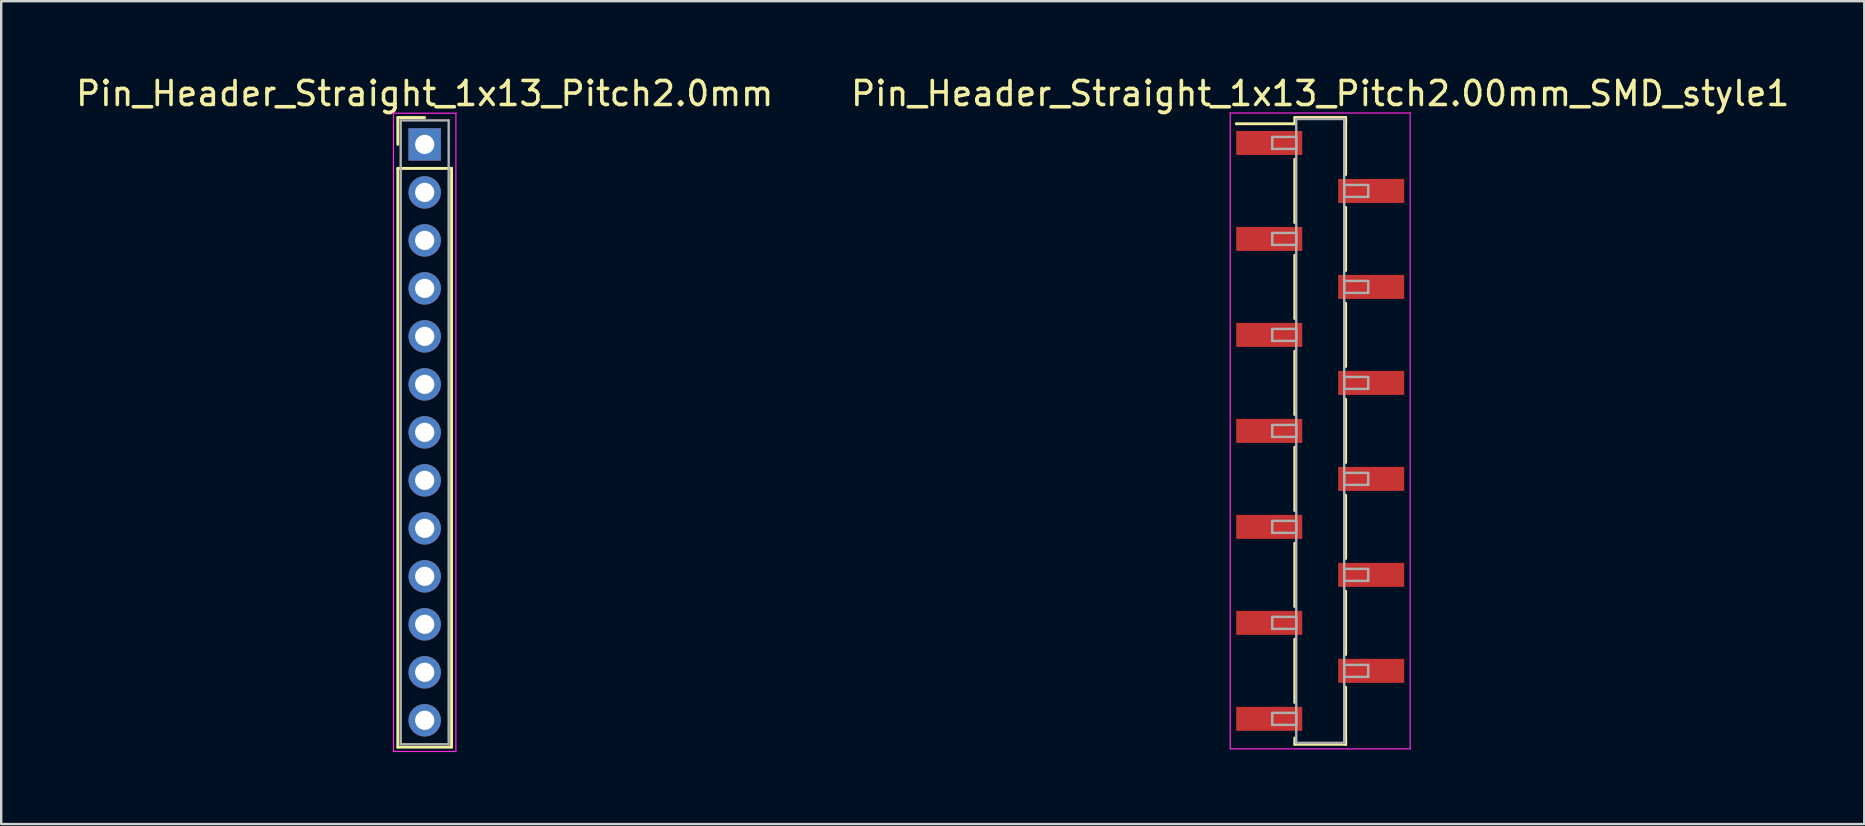
<source format=kicad_pcb>
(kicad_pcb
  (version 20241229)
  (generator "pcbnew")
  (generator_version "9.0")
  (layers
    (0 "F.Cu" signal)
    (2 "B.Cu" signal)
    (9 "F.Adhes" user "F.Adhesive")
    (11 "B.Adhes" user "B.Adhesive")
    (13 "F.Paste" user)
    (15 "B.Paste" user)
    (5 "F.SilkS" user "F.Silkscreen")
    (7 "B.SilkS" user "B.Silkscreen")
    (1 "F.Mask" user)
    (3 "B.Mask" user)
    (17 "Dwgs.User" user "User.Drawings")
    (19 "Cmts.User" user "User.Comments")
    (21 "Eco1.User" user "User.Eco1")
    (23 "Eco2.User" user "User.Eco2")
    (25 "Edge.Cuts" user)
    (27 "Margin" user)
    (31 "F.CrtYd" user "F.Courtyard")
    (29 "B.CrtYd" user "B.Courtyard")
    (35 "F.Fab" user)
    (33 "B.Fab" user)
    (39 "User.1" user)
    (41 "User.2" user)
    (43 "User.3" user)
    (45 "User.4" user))
  (footprint "Pin_Header_Straight_1x13_Pitch2.0mm"
    (layer "F.Cu")
    (at 14.649 2.968)
    (property "Reference" "Pin_Header_Straight_1x13_Pitch2.0mm" (at 0 -2.12 0) (layer "F.SilkS") (effects (font (size 1 1) (thickness 0.15))))
    (attr through_hole)
    (fp_line (start -1.12 -1.12) (end 0 -1.12) (stroke (width 0.12) (type solid)) (layer "F.SilkS"))
    (fp_line (start -1.12 0) (end -1.12 -1.12) (stroke (width 0.12) (type solid)) (layer "F.SilkS"))
    (fp_line (start -1.12 1) (end -1.12 25.12) (stroke (width 0.12) (type solid)) (layer "F.SilkS"))
    (fp_line (start -1.12 25.12) (end 1.12 25.12) (stroke (width 0.12) (type solid)) (layer "F.SilkS"))
    (fp_line (start 1.12 1) (end -1.12 1) (stroke (width 0.12) (type solid)) (layer "F.SilkS"))
    (fp_line (start 1.12 25.12) (end 1.12 1) (stroke (width 0.12) (type solid)) (layer "F.SilkS"))
    (fp_line (start -1.3 -1.3) (end -1.3 25.3) (stroke (width 0.05) (type solid)) (layer "F.CrtYd"))
    (fp_line (start -1.3 25.3) (end 1.3 25.3) (stroke (width 0.05) (type solid)) (layer "F.CrtYd"))
    (fp_line (start 1.3 -1.3) (end -1.3 -1.3) (stroke (width 0.05) (type solid)) (layer "F.CrtYd"))
    (fp_line (start 1.3 25.3) (end 1.3 -1.3) (stroke (width 0.05) (type solid)) (layer "F.CrtYd"))
    (fp_line (start -1 -1) (end -1 25) (stroke (width 0.1) (type solid)) (layer "F.Fab"))
    (fp_line (start -1 25) (end 1 25) (stroke (width 0.1) (type solid)) (layer "F.Fab"))
    (fp_line (start 1 -1) (end -1 -1) (stroke (width 0.1) (type solid)) (layer "F.Fab"))
    (fp_line (start 1 25) (end 1 -1) (stroke (width 0.1) (type solid)) (layer "F.Fab"))
    (pad "1" thru_hole rect (at 0 0) (size 1.35 1.35) (drill 0.8) (layers "*.Cu" "*.Mask"))
    (pad "2" thru_hole oval (at 0 2) (size 1.35 1.35) (drill 0.8) (layers "*.Cu" "*.Mask"))
    (pad "3" thru_hole oval (at 0 4) (size 1.35 1.35) (drill 0.8) (layers "*.Cu" "*.Mask"))
    (pad "4" thru_hole oval (at 0 6) (size 1.35 1.35) (drill 0.8) (layers "*.Cu" "*.Mask"))
    (pad "5" thru_hole oval (at 0 8) (size 1.35 1.35) (drill 0.8) (layers "*.Cu" "*.Mask"))
    (pad "6" thru_hole oval (at 0 10) (size 1.35 1.35) (drill 0.8) (layers "*.Cu" "*.Mask"))
    (pad "7" thru_hole oval (at 0 12) (size 1.35 1.35) (drill 0.8) (layers "*.Cu" "*.Mask"))
    (pad "8" thru_hole oval (at 0 14) (size 1.35 1.35) (drill 0.8) (layers "*.Cu" "*.Mask"))
    (pad "9" thru_hole oval (at 0 16) (size 1.35 1.35) (drill 0.8) (layers "*.Cu" "*.Mask"))
    (pad "10" thru_hole oval (at 0 18) (size 1.35 1.35) (drill 0.8) (layers "*.Cu" "*.Mask"))
    (pad "11" thru_hole oval (at 0 20) (size 1.35 1.35) (drill 0.8) (layers "*.Cu" "*.Mask"))
    (pad "12" thru_hole oval (at 0 22) (size 1.35 1.35) (drill 0.8) (layers "*.Cu" "*.Mask"))
    (pad "13" thru_hole oval (at 0 24) (size 1.35 1.35) (drill 0.8) (layers "*.Cu" "*.Mask")))
  (footprint "Pin_Header_Straight_1x13_Pitch2.00mm_SMD_style1"
    (layer "F.Cu")
    (at 51.97 14.908)
    (property "Reference" "Pin_Header_Straight_1x13_Pitch2.00mm_SMD_style1" (at 0 -14.06 0) (layer "F.SilkS") (effects (font (size 1 1) (thickness 0.15))))
    (attr smd)
    (fp_line (start -1.06 -13.06) (end 1.06 -13.06) (stroke (width 0.12) (type solid)) (layer "F.SilkS"))
    (fp_line (start -1.06 -12.8) (end -3.5 -12.8) (stroke (width 0.12) (type solid)) (layer "F.SilkS"))
    (fp_line (start -1.06 -12.8) (end -1.06 -13.06) (stroke (width 0.12) (type solid)) (layer "F.SilkS"))
    (fp_line (start -1.06 -11.32) (end -1.06 -8.68) (stroke (width 0.12) (type solid)) (layer "F.SilkS"))
    (fp_line (start -1.06 -7.32) (end -1.06 -4.68) (stroke (width 0.12) (type solid)) (layer "F.SilkS"))
    (fp_line (start -1.06 -3.32) (end -1.06 -0.68) (stroke (width 0.12) (type solid)) (layer "F.SilkS"))
    (fp_line (start -1.06 0.68) (end -1.06 3.32) (stroke (width 0.12) (type solid)) (layer "F.SilkS"))
    (fp_line (start -1.06 4.68) (end -1.06 7.32) (stroke (width 0.12) (type solid)) (layer "F.SilkS"))
    (fp_line (start -1.06 8.68) (end -1.06 11.32) (stroke (width 0.12) (type solid)) (layer "F.SilkS"))
    (fp_line (start -1.06 12.8) (end -1.06 13.06) (stroke (width 0.12) (type solid)) (layer "F.SilkS"))
    (fp_line (start -1.06 13.06) (end 1.06 13.06) (stroke (width 0.12) (type solid)) (layer "F.SilkS"))
    (fp_line (start 1.06 -13.06) (end 1.06 -12.8) (stroke (width 0.12) (type solid)) (layer "F.SilkS"))
    (fp_line (start 1.06 -13.06) (end 1.06 -10.68) (stroke (width 0.12) (type solid)) (layer "F.SilkS"))
    (fp_line (start 1.06 -9.32) (end 1.06 -6.68) (stroke (width 0.12) (type solid)) (layer "F.SilkS"))
    (fp_line (start 1.06 -5.32) (end 1.06 -2.68) (stroke (width 0.12) (type solid)) (layer "F.SilkS"))
    (fp_line (start 1.06 -1.32) (end 1.06 1.32) (stroke (width 0.12) (type solid)) (layer "F.SilkS"))
    (fp_line (start 1.06 2.68) (end 1.06 5.32) (stroke (width 0.12) (type solid)) (layer "F.SilkS"))
    (fp_line (start 1.06 6.68) (end 1.06 9.32) (stroke (width 0.12) (type solid)) (layer "F.SilkS"))
    (fp_line (start 1.06 10.68) (end 1.06 13.06) (stroke (width 0.12) (type solid)) (layer "F.SilkS"))
    (fp_line (start 1.06 13.06) (end 1.06 12.8) (stroke (width 0.12) (type solid)) (layer "F.SilkS"))
    (fp_line (start -3.75 -13.25) (end -3.75 13.25) (stroke (width 0.05) (type solid)) (layer "F.CrtYd"))
    (fp_line (start -3.75 13.25) (end 3.75 13.25) (stroke (width 0.05) (type solid)) (layer "F.CrtYd"))
    (fp_line (start 3.75 -13.25) (end -3.75 -13.25) (stroke (width 0.05) (type solid)) (layer "F.CrtYd"))
    (fp_line (start 3.75 13.25) (end 3.75 -13.25) (stroke (width 0.05) (type solid)) (layer "F.CrtYd"))
    (fp_line (start -2 -12.25) (end -1 -12.25) (stroke (width 0.1) (type solid)) (layer "F.Fab"))
    (fp_line (start -2 -11.75) (end -2 -12.25) (stroke (width 0.1) (type solid)) (layer "F.Fab"))
    (fp_line (start -2 -8.25) (end -1 -8.25) (stroke (width 0.1) (type solid)) (layer "F.Fab"))
    (fp_line (start -2 -7.75) (end -2 -8.25) (stroke (width 0.1) (type solid)) (layer "F.Fab"))
    (fp_line (start -2 -4.25) (end -1 -4.25) (stroke (width 0.1) (type solid)) (layer "F.Fab"))
    (fp_line (start -2 -3.75) (end -2 -4.25) (stroke (width 0.1) (type solid)) (layer "F.Fab"))
    (fp_line (start -2 -0.25) (end -1 -0.25) (stroke (width 0.1) (type solid)) (layer "F.Fab"))
    (fp_line (start -2 0.25) (end -2 -0.25) (stroke (width 0.1) (type solid)) (layer "F.Fab"))
    (fp_line (start -2 3.75) (end -1 3.75) (stroke (width 0.1) (type solid)) (layer "F.Fab"))
    (fp_line (start -2 4.25) (end -2 3.75) (stroke (width 0.1) (type solid)) (layer "F.Fab"))
    (fp_line (start -2 7.75) (end -1 7.75) (stroke (width 0.1) (type solid)) (layer "F.Fab"))
    (fp_line (start -2 8.25) (end -2 7.75) (stroke (width 0.1) (type solid)) (layer "F.Fab"))
    (fp_line (start -2 11.75) (end -1 11.75) (stroke (width 0.1) (type solid)) (layer "F.Fab"))
    (fp_line (start -2 12.25) (end -2 11.75) (stroke (width 0.1) (type solid)) (layer "F.Fab"))
    (fp_line (start -1 -13) (end -1 13) (stroke (width 0.1) (type solid)) (layer "F.Fab"))
    (fp_line (start -1 -12.25) (end -1 -11.75) (stroke (width 0.1) (type solid)) (layer "F.Fab"))
    (fp_line (start -1 -11.75) (end -2 -11.75) (stroke (width 0.1) (type solid)) (layer "F.Fab"))
    (fp_line (start -1 -8.25) (end -1 -7.75) (stroke (width 0.1) (type solid)) (layer "F.Fab"))
    (fp_line (start -1 -7.75) (end -2 -7.75) (stroke (width 0.1) (type solid)) (layer "F.Fab"))
    (fp_line (start -1 -4.25) (end -1 -3.75) (stroke (width 0.1) (type solid)) (layer "F.Fab"))
    (fp_line (start -1 -3.75) (end -2 -3.75) (stroke (width 0.1) (type solid)) (layer "F.Fab"))
    (fp_line (start -1 -0.25) (end -1 0.25) (stroke (width 0.1) (type solid)) (layer "F.Fab"))
    (fp_line (start -1 0.25) (end -2 0.25) (stroke (width 0.1) (type solid)) (layer "F.Fab"))
    (fp_line (start -1 3.75) (end -1 4.25) (stroke (width 0.1) (type solid)) (layer "F.Fab"))
    (fp_line (start -1 4.25) (end -2 4.25) (stroke (width 0.1) (type solid)) (layer "F.Fab"))
    (fp_line (start -1 7.75) (end -1 8.25) (stroke (width 0.1) (type solid)) (layer "F.Fab"))
    (fp_line (start -1 8.25) (end -2 8.25) (stroke (width 0.1) (type solid)) (layer "F.Fab"))
    (fp_line (start -1 11.75) (end -1 12.25) (stroke (width 0.1) (type solid)) (layer "F.Fab"))
    (fp_line (start -1 12.25) (end -2 12.25) (stroke (width 0.1) (type solid)) (layer "F.Fab"))
    (fp_line (start -1 13) (end 1 13) (stroke (width 0.1) (type solid)) (layer "F.Fab"))
    (fp_line (start 1 -13) (end -1 -13) (stroke (width 0.1) (type solid)) (layer "F.Fab"))
    (fp_line (start 1 -10.25) (end 1 -9.75) (stroke (width 0.1) (type solid)) (layer "F.Fab"))
    (fp_line (start 1 -9.75) (end 2 -9.75) (stroke (width 0.1) (type solid)) (layer "F.Fab"))
    (fp_line (start 1 -6.25) (end 1 -5.75) (stroke (width 0.1) (type solid)) (layer "F.Fab"))
    (fp_line (start 1 -5.75) (end 2 -5.75) (stroke (width 0.1) (type solid)) (layer "F.Fab"))
    (fp_line (start 1 -2.25) (end 1 -1.75) (stroke (width 0.1) (type solid)) (layer "F.Fab"))
    (fp_line (start 1 -1.75) (end 2 -1.75) (stroke (width 0.1) (type solid)) (layer "F.Fab"))
    (fp_line (start 1 1.75) (end 1 2.25) (stroke (width 0.1) (type solid)) (layer "F.Fab"))
    (fp_line (start 1 2.25) (end 2 2.25) (stroke (width 0.1) (type solid)) (layer "F.Fab"))
    (fp_line (start 1 5.75) (end 1 6.25) (stroke (width 0.1) (type solid)) (layer "F.Fab"))
    (fp_line (start 1 6.25) (end 2 6.25) (stroke (width 0.1) (type solid)) (layer "F.Fab"))
    (fp_line (start 1 9.75) (end 1 10.25) (stroke (width 0.1) (type solid)) (layer "F.Fab"))
    (fp_line (start 1 10.25) (end 2 10.25) (stroke (width 0.1) (type solid)) (layer "F.Fab"))
    (fp_line (start 1 13) (end 1 -13) (stroke (width 0.1) (type solid)) (layer "F.Fab"))
    (fp_line (start 2 -10.25) (end 1 -10.25) (stroke (width 0.1) (type solid)) (layer "F.Fab"))
    (fp_line (start 2 -9.75) (end 2 -10.25) (stroke (width 0.1) (type solid)) (layer "F.Fab"))
    (fp_line (start 2 -6.25) (end 1 -6.25) (stroke (width 0.1) (type solid)) (layer "F.Fab"))
    (fp_line (start 2 -5.75) (end 2 -6.25) (stroke (width 0.1) (type solid)) (layer "F.Fab"))
    (fp_line (start 2 -2.25) (end 1 -2.25) (stroke (width 0.1) (type solid)) (layer "F.Fab"))
    (fp_line (start 2 -1.75) (end 2 -2.25) (stroke (width 0.1) (type solid)) (layer "F.Fab"))
    (fp_line (start 2 1.75) (end 1 1.75) (stroke (width 0.1) (type solid)) (layer "F.Fab"))
    (fp_line (start 2 2.25) (end 2 1.75) (stroke (width 0.1) (type solid)) (layer "F.Fab"))
    (fp_line (start 2 5.75) (end 1 5.75) (stroke (width 0.1) (type solid)) (layer "F.Fab"))
    (fp_line (start 2 6.25) (end 2 5.75) (stroke (width 0.1) (type solid)) (layer "F.Fab"))
    (fp_line (start 2 9.75) (end 1 9.75) (stroke (width 0.1) (type solid)) (layer "F.Fab"))
    (fp_line (start 2 10.25) (end 2 9.75) (stroke (width 0.1) (type solid)) (layer "F.Fab"))
    (pad "1" smd rect (at -2.125 -12) (size 2.75 1) (layers "F.Cu" "F.Mask"))
    (pad "2" smd rect (at 2.125 -10) (size 2.75 1) (layers "F.Cu" "F.Mask"))
    (pad "3" smd rect (at -2.125 -8) (size 2.75 1) (layers "F.Cu" "F.Mask"))
    (pad "4" smd rect (at 2.125 -6) (size 2.75 1) (layers "F.Cu" "F.Mask"))
    (pad "5" smd rect (at -2.125 -4) (size 2.75 1) (layers "F.Cu" "F.Mask"))
    (pad "6" smd rect (at 2.125 -2) (size 2.75 1) (layers "F.Cu" "F.Mask"))
    (pad "7" smd rect (at -2.125 0) (size 2.75 1) (layers "F.Cu" "F.Mask"))
    (pad "8" smd rect (at 2.125 2) (size 2.75 1) (layers "F.Cu" "F.Mask"))
    (pad "9" smd rect (at -2.125 4) (size 2.75 1) (layers "F.Cu" "F.Mask"))
    (pad "10" smd rect (at 2.125 6) (size 2.75 1) (layers "F.Cu" "F.Mask"))
    (pad "11" smd rect (at -2.125 8) (size 2.75 1) (layers "F.Cu" "F.Mask"))
    (pad "12" smd rect (at 2.125 10) (size 2.75 1) (layers "F.Cu" "F.Mask"))
    (pad "13" smd rect (at -2.125 12) (size 2.75 1) (layers "F.Cu" "F.Mask")))
  (gr_rect
    (start -3 -3)
    (end 74.643 31.293)
    (stroke (width 0.1) (type default))
    (fill no)
    (layer "Edge.Cuts")))
</source>
